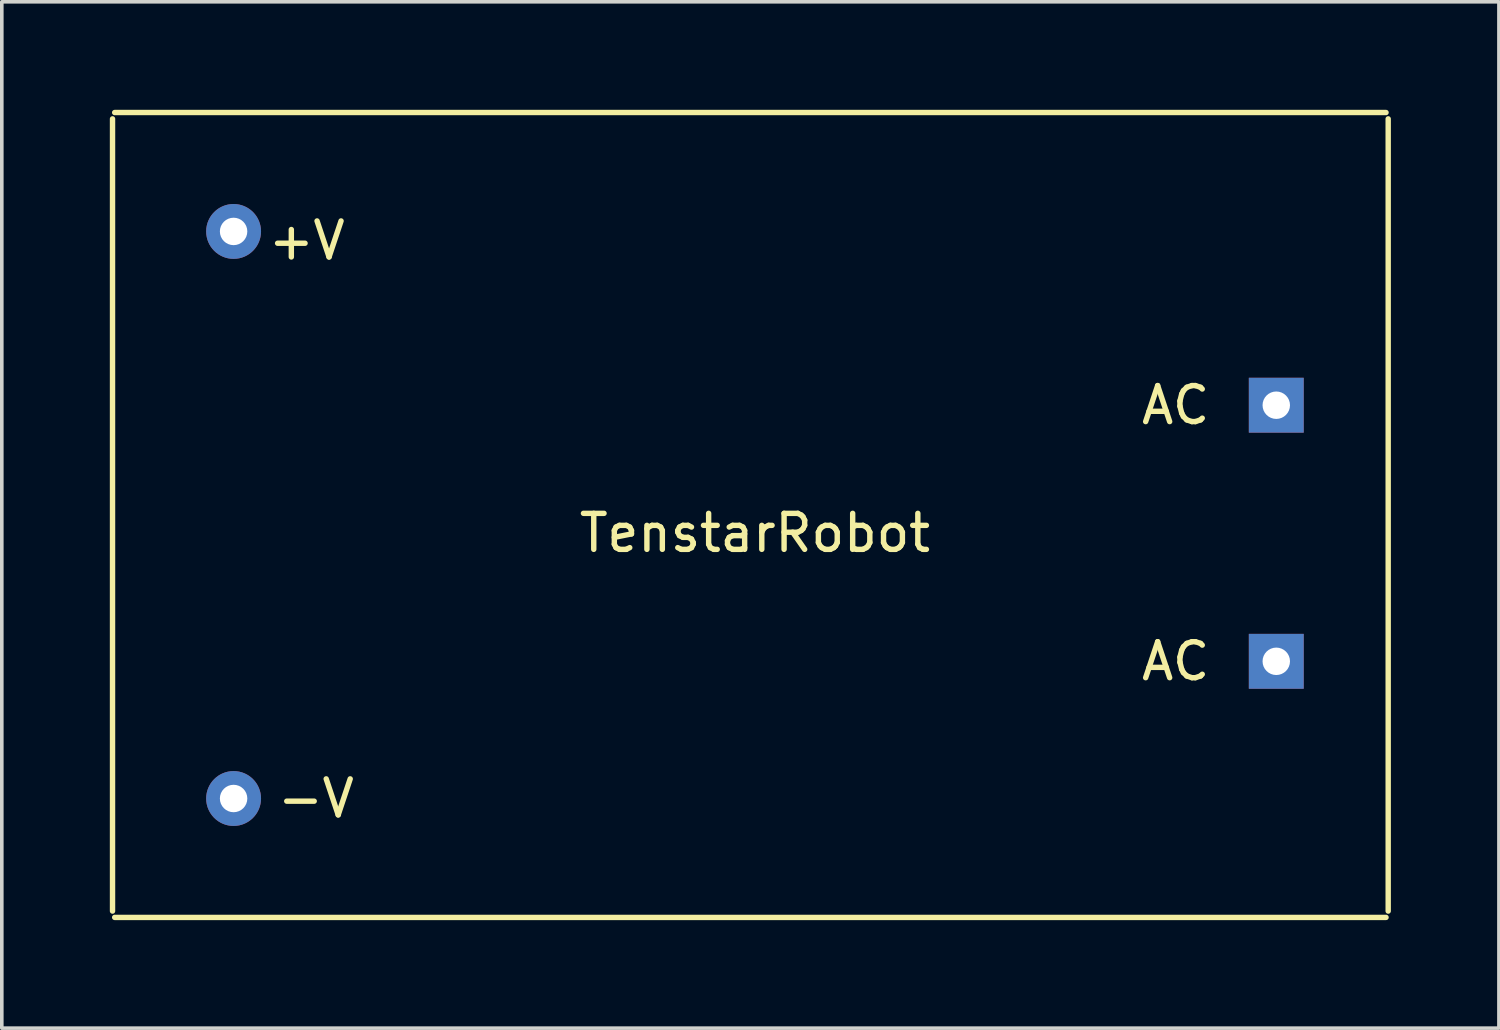
<source format=kicad_pcb>
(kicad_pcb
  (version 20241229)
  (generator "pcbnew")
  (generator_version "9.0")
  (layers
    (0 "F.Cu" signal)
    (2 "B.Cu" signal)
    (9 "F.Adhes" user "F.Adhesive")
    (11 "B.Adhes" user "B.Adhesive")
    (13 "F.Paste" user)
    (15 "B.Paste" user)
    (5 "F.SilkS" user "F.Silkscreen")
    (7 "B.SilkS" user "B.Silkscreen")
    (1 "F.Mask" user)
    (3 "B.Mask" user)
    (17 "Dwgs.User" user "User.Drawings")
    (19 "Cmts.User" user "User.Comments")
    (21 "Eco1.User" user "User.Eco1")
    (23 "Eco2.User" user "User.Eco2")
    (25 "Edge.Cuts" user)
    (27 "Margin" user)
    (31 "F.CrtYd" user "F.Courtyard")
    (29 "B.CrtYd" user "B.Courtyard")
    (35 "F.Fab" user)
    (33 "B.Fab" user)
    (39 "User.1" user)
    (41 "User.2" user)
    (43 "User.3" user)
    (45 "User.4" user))
  (footprint "TenstarRobot"
    (layer "F.Cu")
    (at 17.915 11.251)
    (property "Reference" "TenstarRobot" (at 0 0.5 0) (layer "F.SilkS") (effects (font (size 1 1) (thickness 0.15))))
    (attr through_hole)
    (fp_line (start -17.84 11) (end -17.84 -11) (stroke (width 0.15) (type solid)) (layer "F.SilkS"))
    (fp_line (start -17.78 11.176) (end 17.526 11.176) (stroke (width 0.15) (type solid)) (layer "F.SilkS"))
    (fp_line (start 17.526 -11.176) (end -17.78 -11.176) (stroke (width 0.15) (type solid)) (layer "F.SilkS"))
    (fp_line (start 17.586 -11) (end 17.586 11) (stroke (width 0.15) (type solid)) (layer "F.SilkS"))
    (fp_text user "-V" (at -12.192 7.874 0) (layer "F.SilkS") (effects (font (size 1 1) (thickness 0.15))))
    (fp_text user "AC" (at 11.684 4.064 0) (layer "F.SilkS") (effects (font (size 1 1) (thickness 0.15))))
    (fp_text user "+V" (at -12.446 -7.62 0) (layer "F.SilkS") (effects (font (size 1 1) (thickness 0.15))))
    (fp_text user "AC" (at 11.684 -3.048 0) (layer "F.SilkS") (effects (font (size 1 1) (thickness 0.15))))
    (pad "1" thru_hole circle (at -14.478 -7.874) (size 1.524 1.524) (drill 0.762) (layers "*.Cu" "*.Mask"))
    (pad "2" thru_hole circle (at -14.478 7.874) (size 1.524 1.524) (drill 0.762) (layers "*.Cu" "*.Mask"))
    (pad "3" thru_hole rect (at 14.478 -3.048) (size 1.524 1.524) (drill 0.762) (layers "*.Cu" "*.Mask"))
    (pad "4" thru_hole rect (at 14.478 4.064) (size 1.524 1.524) (drill 0.762) (layers "*.Cu" "*.Mask")))
  (gr_rect
    (start -3 -3)
    (end 38.576 25.502)
    (stroke (width 0.1) (type default))
    (fill no)
    (layer "Edge.Cuts")))
</source>
